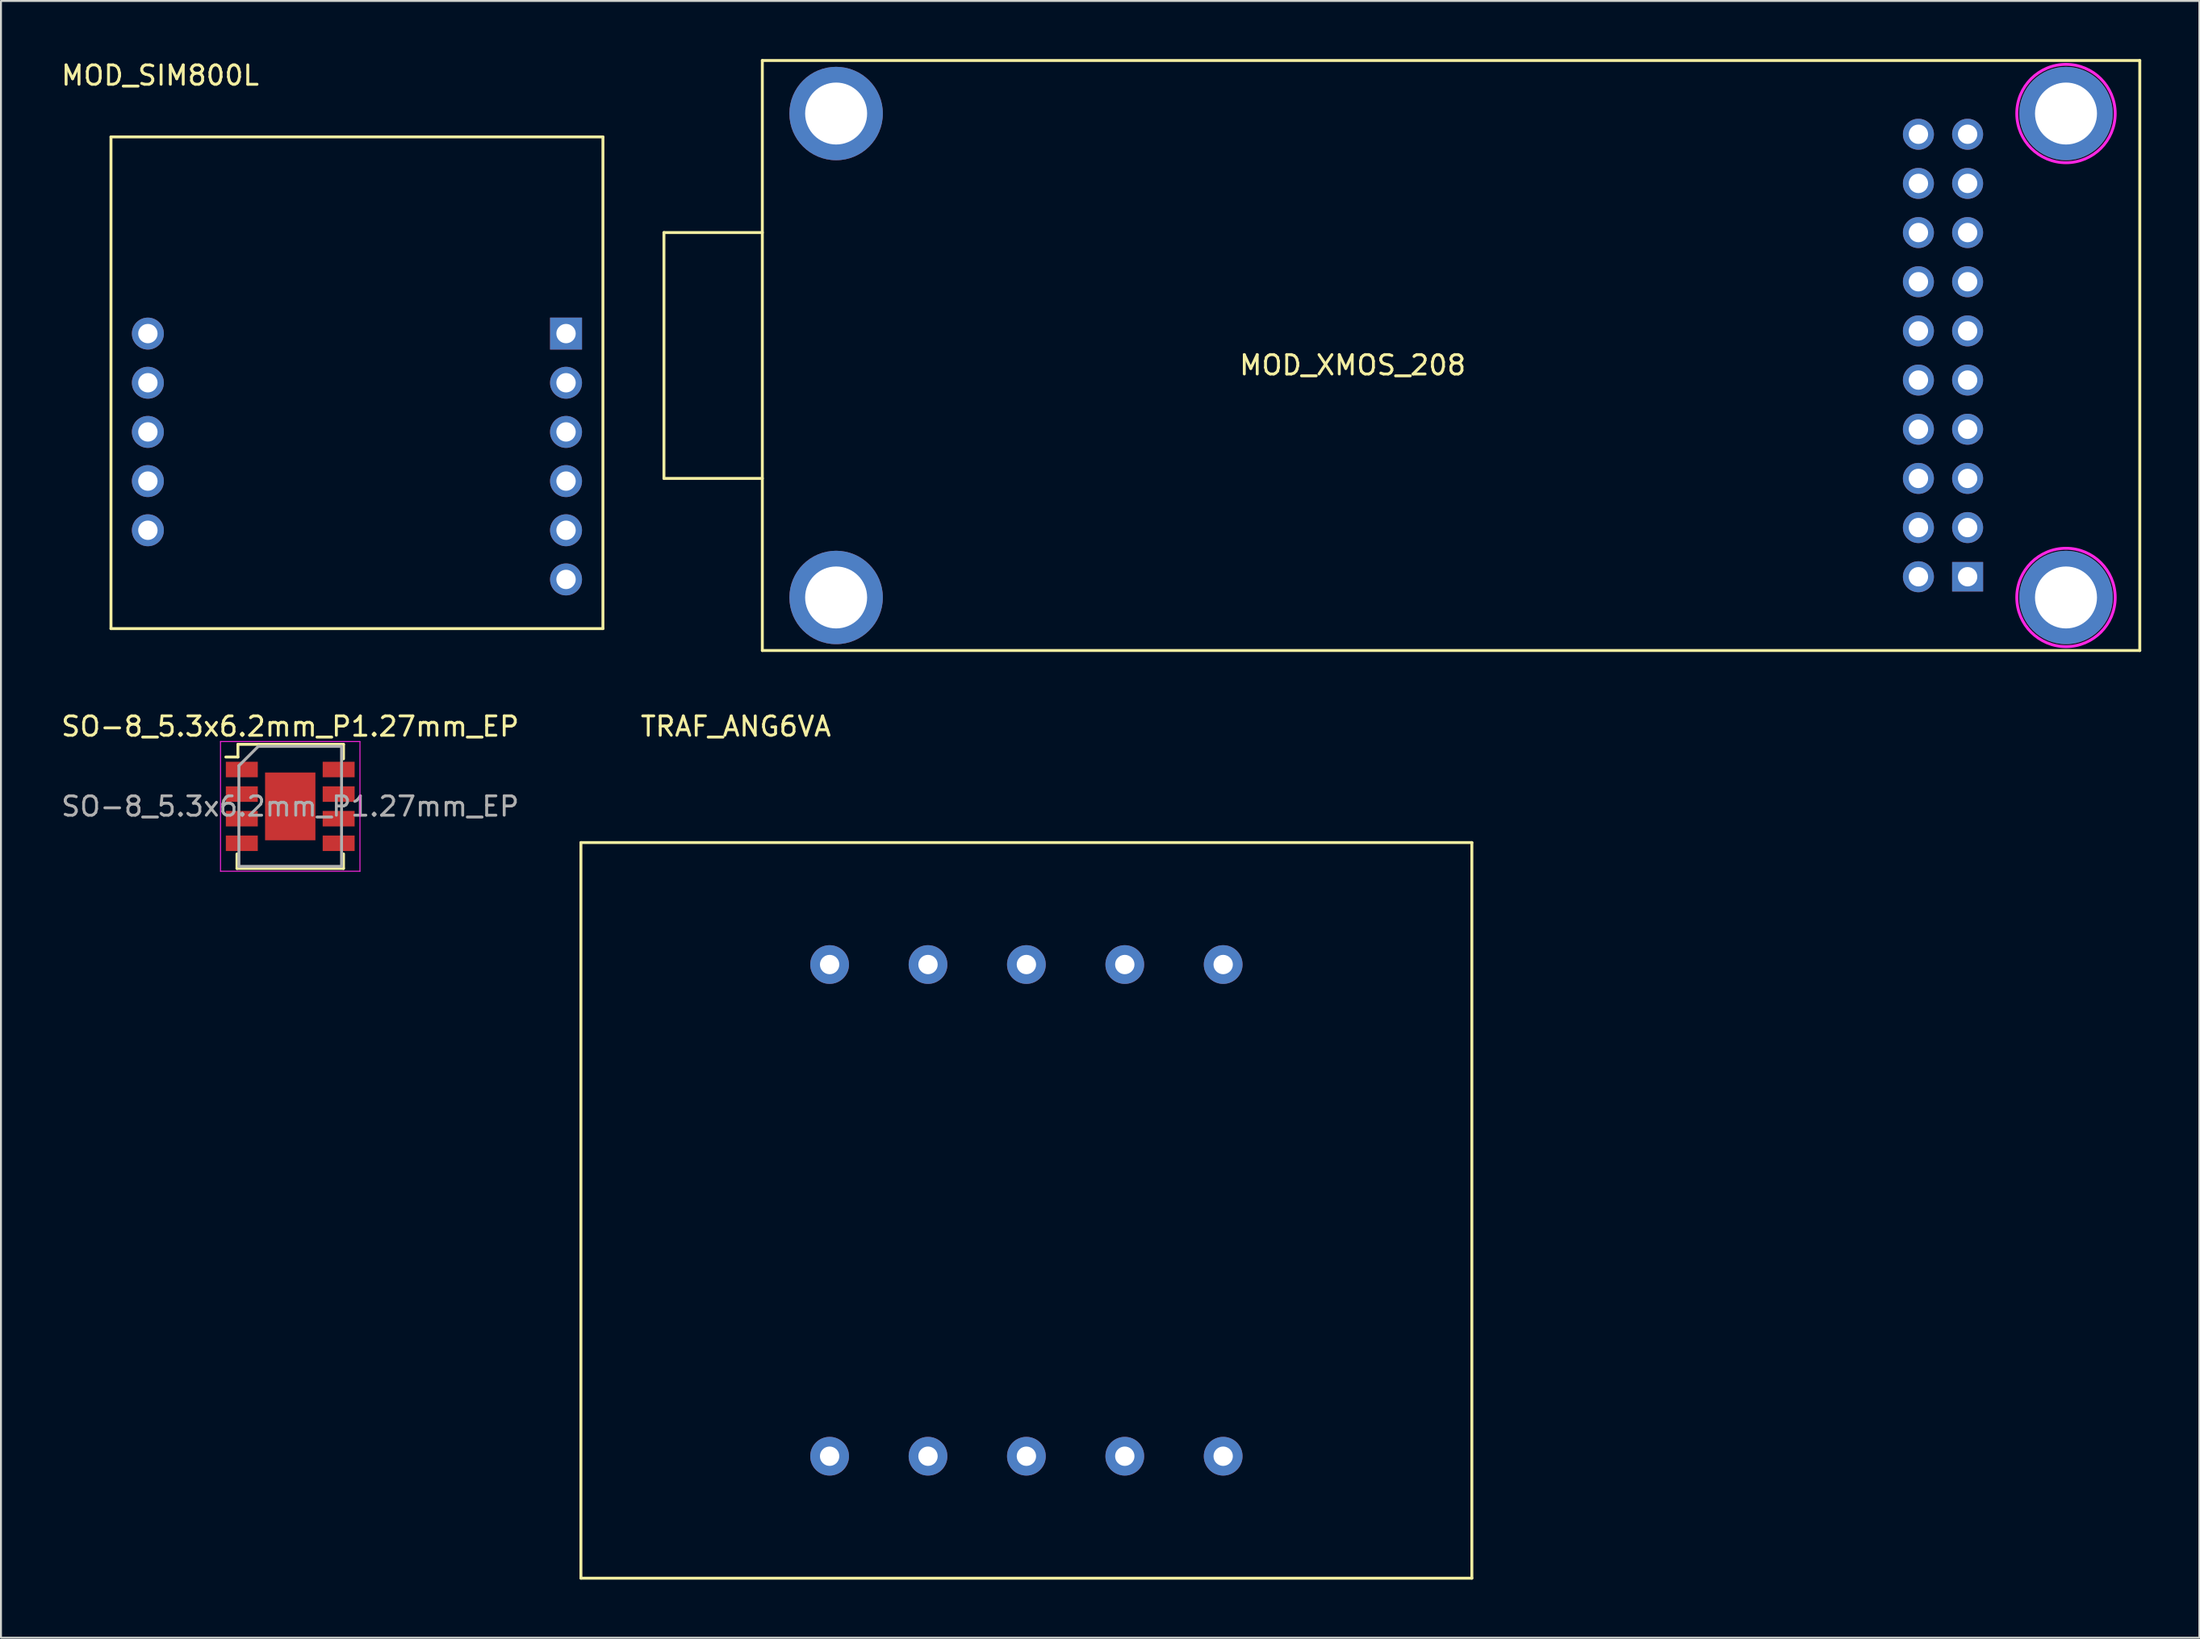
<source format=kicad_pcb>
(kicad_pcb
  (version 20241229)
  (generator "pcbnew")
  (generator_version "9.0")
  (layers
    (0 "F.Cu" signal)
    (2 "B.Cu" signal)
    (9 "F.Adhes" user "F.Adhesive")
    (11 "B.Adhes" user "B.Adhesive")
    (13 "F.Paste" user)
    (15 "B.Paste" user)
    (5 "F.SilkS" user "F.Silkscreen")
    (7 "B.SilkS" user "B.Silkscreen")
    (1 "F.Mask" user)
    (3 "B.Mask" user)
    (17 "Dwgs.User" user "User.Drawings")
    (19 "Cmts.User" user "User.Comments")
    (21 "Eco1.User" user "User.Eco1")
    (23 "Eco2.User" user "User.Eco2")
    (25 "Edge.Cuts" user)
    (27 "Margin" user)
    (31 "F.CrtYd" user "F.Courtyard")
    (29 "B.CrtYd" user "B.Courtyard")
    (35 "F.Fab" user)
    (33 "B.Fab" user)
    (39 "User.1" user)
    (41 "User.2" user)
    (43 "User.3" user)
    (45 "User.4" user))
  (footprint "MOD_XMOS_208"
    (layer "F.Cu")
    (at 66.79 15.315)
    (property "Reference" "MOD_XMOS_208" (at 0 0.5 0) (layer "F.SilkS") (effects (font (size 1 1) (thickness 0.15))))
    (attr through_hole)
    (fp_line (start -35.56 -6.35) (end -35.56 6.35) (stroke (width 0.15) (type solid)) (layer "F.SilkS"))
    (fp_line (start -35.56 6.35) (end -30.48 6.35) (stroke (width 0.15) (type solid)) (layer "F.SilkS"))
    (fp_line (start -30.48 -6.35) (end -35.56 -6.35) (stroke (width 0.15) (type solid)) (layer "F.SilkS"))
    (fp_line (start -30.48 15.24) (end -30.48 -15.24) (stroke (width 0.15) (type solid)) (layer "F.SilkS"))
    (fp_line (start 40.64 -15.24) (end -30.48 -15.24) (stroke (width 0.15) (type solid)) (layer "F.SilkS"))
    (fp_line (start 40.64 -15.24) (end 40.64 15.24) (stroke (width 0.15) (type solid)) (layer "F.SilkS"))
    (fp_line (start 40.64 15.24) (end -30.48 15.24) (stroke (width 0.15) (type solid)) (layer "F.SilkS"))
    (fp_circle (center 36.83 -12.5) (end 39.37 -12.5) (stroke (width 0.15) (type solid)) (fill no) (layer "F.CrtYd"))
    (fp_circle (center 36.83 12.5) (end 39.37 12.5) (stroke (width 0.15) (type solid)) (fill no) (layer "F.CrtYd"))
    (pad "0" thru_hole circle (at -26.67 -12.5) (size 4.826 4.826) (drill 3.2) (layers "*.Cu" "*.Mask"))
    (pad "0" thru_hole circle (at -26.67 12.5 180) (size 4.826 4.826) (drill 3.2) (layers "*.Cu" "*.Mask"))
    (pad "0" thru_hole circle (at 36.83 -12.5) (size 4.826 4.826) (drill 3.2) (layers "*.Cu" "*.Mask"))
    (pad "0" thru_hole circle (at 36.83 12.5) (size 4.826 4.826) (drill 3.2) (layers "*.Cu" "*.Mask"))
    (pad "1" thru_hole rect (at 31.75 11.43) (size 1.6 1.524) (drill 1) (layers "*.Cu" "*.Mask"))
    (pad "2" thru_hole circle (at 31.75 8.89) (size 1.6 1.6) (drill 1) (layers "*.Cu" "*.Mask"))
    (pad "3" thru_hole circle (at 31.75 6.35) (size 1.6 1.6) (drill 1) (layers "*.Cu" "*.Mask"))
    (pad "4" thru_hole circle (at 31.75 3.81) (size 1.6 1.6) (drill 1) (layers "*.Cu" "*.Mask"))
    (pad "5" thru_hole circle (at 31.75 1.27) (size 1.6 1.6) (drill 1) (layers "*.Cu" "*.Mask"))
    (pad "6" thru_hole circle (at 31.75 -1.27) (size 1.6 1.6) (drill 1) (layers "*.Cu" "*.Mask"))
    (pad "7" thru_hole circle (at 31.75 -3.81) (size 1.6 1.6) (drill 1) (layers "*.Cu" "*.Mask"))
    (pad "8" thru_hole circle (at 31.75 -6.35) (size 1.6 1.6) (drill 1) (layers "*.Cu" "*.Mask"))
    (pad "9" thru_hole circle (at 31.75 -8.89) (size 1.6 1.6) (drill 1) (layers "*.Cu" "*.Mask"))
    (pad "10" thru_hole circle (at 31.75 -11.43) (size 1.6 1.6) (drill 1) (layers "*.Cu" "*.Mask"))
    (pad "11" thru_hole circle (at 29.21 11.43) (size 1.6 1.6) (drill 1) (layers "*.Cu" "*.Mask"))
    (pad "12" thru_hole circle (at 29.21 8.89) (size 1.6 1.6) (drill 1) (layers "*.Cu" "*.Mask"))
    (pad "13" thru_hole circle (at 29.21 6.35) (size 1.6 1.6) (drill 1) (layers "*.Cu" "*.Mask"))
    (pad "14" thru_hole circle (at 29.21 3.81) (size 1.6 1.6) (drill 1) (layers "*.Cu" "*.Mask"))
    (pad "15" thru_hole circle (at 29.21 1.27) (size 1.6 1.6) (drill 1) (layers "*.Cu" "*.Mask"))
    (pad "16" thru_hole circle (at 29.21 -1.27) (size 1.6 1.6) (drill 1) (layers "*.Cu" "*.Mask"))
    (pad "17" thru_hole circle (at 29.21 -3.81) (size 1.6 1.6) (drill 1) (layers "*.Cu" "*.Mask"))
    (pad "18" thru_hole circle (at 29.21 -6.35) (size 1.6 1.6) (drill 1) (layers "*.Cu" "*.Mask"))
    (pad "19" thru_hole circle (at 29.21 -8.89) (size 1.6 1.6) (drill 1) (layers "*.Cu" "*.Mask"))
    (pad "20" thru_hole circle (at 29.21 -11.43) (size 1.6 1.6) (drill 1) (layers "*.Cu" "*.Mask")))
  (footprint "SO-8_5.3x6.2mm_P1.27mm_EP"
    (layer "F.Cu")
    (at 11.935 38.608)
    (property "Reference" "SO-8_5.3x6.2mm_P1.27mm_EP" (at 0 -4.13 0) (layer "F.SilkS") (effects (font (size 1 1) (thickness 0.15))))
    (attr smd)
    (fp_line (start -2.75 3.205) (end -2.75 2.455) (stroke (width 0.15) (type solid)) (layer "F.SilkS"))
    (fp_line (start -2.75 3.205) (end 2.75 3.205) (stroke (width 0.15) (type solid)) (layer "F.SilkS"))
    (fp_line (start -2.7 -3.205) (end -2.7 -2.55) (stroke (width 0.15) (type solid)) (layer "F.SilkS"))
    (fp_line (start -2.7 -3.205) (end 2.75 -3.205) (stroke (width 0.15) (type solid)) (layer "F.SilkS"))
    (fp_line (start -2.7 -2.55) (end -3.325 -2.55) (stroke (width 0.15) (type solid)) (layer "F.SilkS"))
    (fp_line (start 2.75 -3.205) (end 2.75 -2.455) (stroke (width 0.15) (type solid)) (layer "F.SilkS"))
    (fp_line (start 2.75 3.205) (end 2.75 2.455) (stroke (width 0.15) (type solid)) (layer "F.SilkS"))
    (fp_line (start -3.6 -3.35) (end -3.6 3.35) (stroke (width 0.05) (type solid)) (layer "F.CrtYd"))
    (fp_line (start -3.6 -3.35) (end 3.6 -3.35) (stroke (width 0.05) (type solid)) (layer "F.CrtYd"))
    (fp_line (start -3.6 3.35) (end 3.6 3.35) (stroke (width 0.05) (type solid)) (layer "F.CrtYd"))
    (fp_line (start 3.6 -3.35) (end 3.6 3.35) (stroke (width 0.05) (type solid)) (layer "F.CrtYd"))
    (fp_line (start -2.65 -2.1) (end -1.65 -3.1) (stroke (width 0.15) (type solid)) (layer "F.Fab"))
    (fp_line (start -2.65 3.1) (end -2.65 -2.1) (stroke (width 0.15) (type solid)) (layer "F.Fab"))
    (fp_line (start -1.65 -3.1) (end 2.65 -3.1) (stroke (width 0.15) (type solid)) (layer "F.Fab"))
    (fp_line (start 2.65 -3.1) (end 2.65 3.1) (stroke (width 0.15) (type solid)) (layer "F.Fab"))
    (fp_line (start 2.65 3.1) (end -2.65 3.1) (stroke (width 0.15) (type solid)) (layer "F.Fab"))
    (fp_text user "${REFERENCE}" (at 0 0 0) (layer "F.Fab") (effects (font (size 1 1) (thickness 0.15))))
    (pad "1" smd rect (at -2.5 -1.905) (size 1.65 0.8) (layers "F.Cu" "F.Mask" "F.Paste"))
    (pad "2" smd rect (at -2.5 -0.635) (size 1.65 0.8) (layers "F.Cu" "F.Mask" "F.Paste"))
    (pad "3" smd rect (at -2.5 0.635) (size 1.65 0.8) (layers "F.Cu" "F.Mask" "F.Paste"))
    (pad "4" smd rect (at -2.5 1.905) (size 1.65 0.8) (layers "F.Cu" "F.Mask" "F.Paste"))
    (pad "5" smd rect (at 2.5 1.905) (size 1.65 0.8) (layers "F.Cu" "F.Mask" "F.Paste"))
    (pad "6" smd rect (at 2.5 0.635) (size 1.65 0.8) (layers "F.Cu" "F.Mask" "F.Paste"))
    (pad "7" smd rect (at 2.5 -0.635) (size 1.65 0.8) (layers "F.Cu" "F.Mask" "F.Paste"))
    (pad "8" smd rect (at 2.5 -1.905) (size 1.65 0.8) (layers "F.Cu" "F.Mask" "F.Paste"))
    (pad "9" smd rect (at 0 0) (size 2.6 3.5) (layers "F.Cu" "F.Mask" "F.Paste")))
  (footprint "MOD_SIM800L"
    (layer "F.Cu")
    (at 15.38 9.103)
    (property "Reference" "MOD_SIM800L" (at -10.16 -8.255 0) (layer "F.SilkS") (effects (font (size 1 1) (thickness 0.15))))
    (attr through_hole)
    (fp_line (start -12.7 -5.08) (end 12.7 -5.08) (stroke (width 0.15) (type solid)) (layer "F.SilkS"))
    (fp_line (start -12.7 20.32) (end -12.7 -5.08) (stroke (width 0.15) (type solid)) (layer "F.SilkS"))
    (fp_line (start 12.7 -5.08) (end 12.7 20.32) (stroke (width 0.15) (type solid)) (layer "F.SilkS"))
    (fp_line (start 12.7 20.32) (end -12.7 20.32) (stroke (width 0.15) (type solid)) (layer "F.SilkS"))
    (pad "1" thru_hole circle (at -10.795 5.08) (size 1.65 1.65) (drill 1) (layers "*.Cu" "*.Mask"))
    (pad "2" thru_hole circle (at -10.795 7.62) (size 1.65 1.65) (drill 1) (layers "*.Cu" "*.Mask"))
    (pad "3" thru_hole circle (at -10.795 10.16) (size 1.65 1.65) (drill 1) (layers "*.Cu" "*.Mask"))
    (pad "4" thru_hole circle (at -10.795 12.7) (size 1.65 1.65) (drill 1) (layers "*.Cu" "*.Mask"))
    (pad "5" thru_hole circle (at -10.795 15.24) (size 1.65 1.65) (drill 1) (layers "*.Cu" "*.Mask"))
    (pad "6" thru_hole circle (at 10.795 17.78) (size 1.65 1.65) (drill 1) (layers "*.Cu" "*.Mask"))
    (pad "7" thru_hole circle (at 10.795 15.24) (size 1.65 1.65) (drill 1) (layers "*.Cu" "*.Mask"))
    (pad "8" thru_hole circle (at 10.795 12.7) (size 1.65 1.65) (drill 1) (layers "*.Cu" "*.Mask"))
    (pad "9" thru_hole circle (at 10.795 10.16) (size 1.65 1.65) (drill 1) (layers "*.Cu" "*.Mask"))
    (pad "10" thru_hole circle (at 10.795 7.62) (size 1.65 1.65) (drill 1) (layers "*.Cu" "*.Mask"))
    (pad "11" thru_hole rect (at 10.795 5.08) (size 1.65 1.65) (drill 1) (layers "*.Cu" "*.Mask")))
  (footprint "TRAF_ANG6VA"
    (layer "F.Cu")
    (at 49.944 59.478)
    (property "Reference" "TRAF_ANG6VA" (at -15 -25 0) (layer "F.SilkS") (effects (font (size 1 1) (thickness 0.15))))
    (attr through_hole)
    (fp_line (start -23 -19) (end 23 -19) (stroke (width 0.15) (type solid)) (layer "F.SilkS"))
    (fp_line (start -23 19) (end -23 -19) (stroke (width 0.15) (type solid)) (layer "F.SilkS"))
    (fp_line (start -23 19) (end 23 19) (stroke (width 0.15) (type solid)) (layer "F.SilkS"))
    (fp_line (start 23 -19) (end 23 19) (stroke (width 0.15) (type solid)) (layer "F.SilkS"))
    (pad "1" thru_hole circle (at -10.16 -12.7) (size 2 2) (drill 1) (layers "*.Cu" "*.Mask"))
    (pad "2" thru_hole circle (at -5.08 -12.7) (size 2 2) (drill 1) (layers "*.Cu" "*.Mask"))
    (pad "3" thru_hole circle (at 0 -12.7) (size 2 2) (drill 1) (layers "*.Cu" "*.Mask"))
    (pad "4" thru_hole circle (at 5.08 -12.7) (size 2 2) (drill 1) (layers "*.Cu" "*.Mask"))
    (pad "5" thru_hole circle (at 10.16 -12.7) (size 2 2) (drill 1) (layers "*.Cu" "*.Mask"))
    (pad "6" thru_hole circle (at 10.16 12.7) (size 2 2) (drill 1) (layers "*.Cu" "*.Mask"))
    (pad "7" thru_hole circle (at 5.08 12.7) (size 2 2) (drill 1) (layers "*.Cu" "*.Mask"))
    (pad "8" thru_hole circle (at 0 12.7) (size 2 2) (drill 1) (layers "*.Cu" "*.Mask"))
    (pad "9" thru_hole circle (at -5.08 12.7) (size 2 2) (drill 1) (layers "*.Cu" "*.Mask"))
    (pad "10" thru_hole circle (at -10.16 12.7) (size 2 2) (drill 1) (layers "*.Cu" "*.Mask")))
  (gr_rect
    (start -3 -3)
    (end 110.505 81.553)
    (stroke (width 0.1) (type default))
    (fill no)
    (layer "Edge.Cuts")))
</source>
